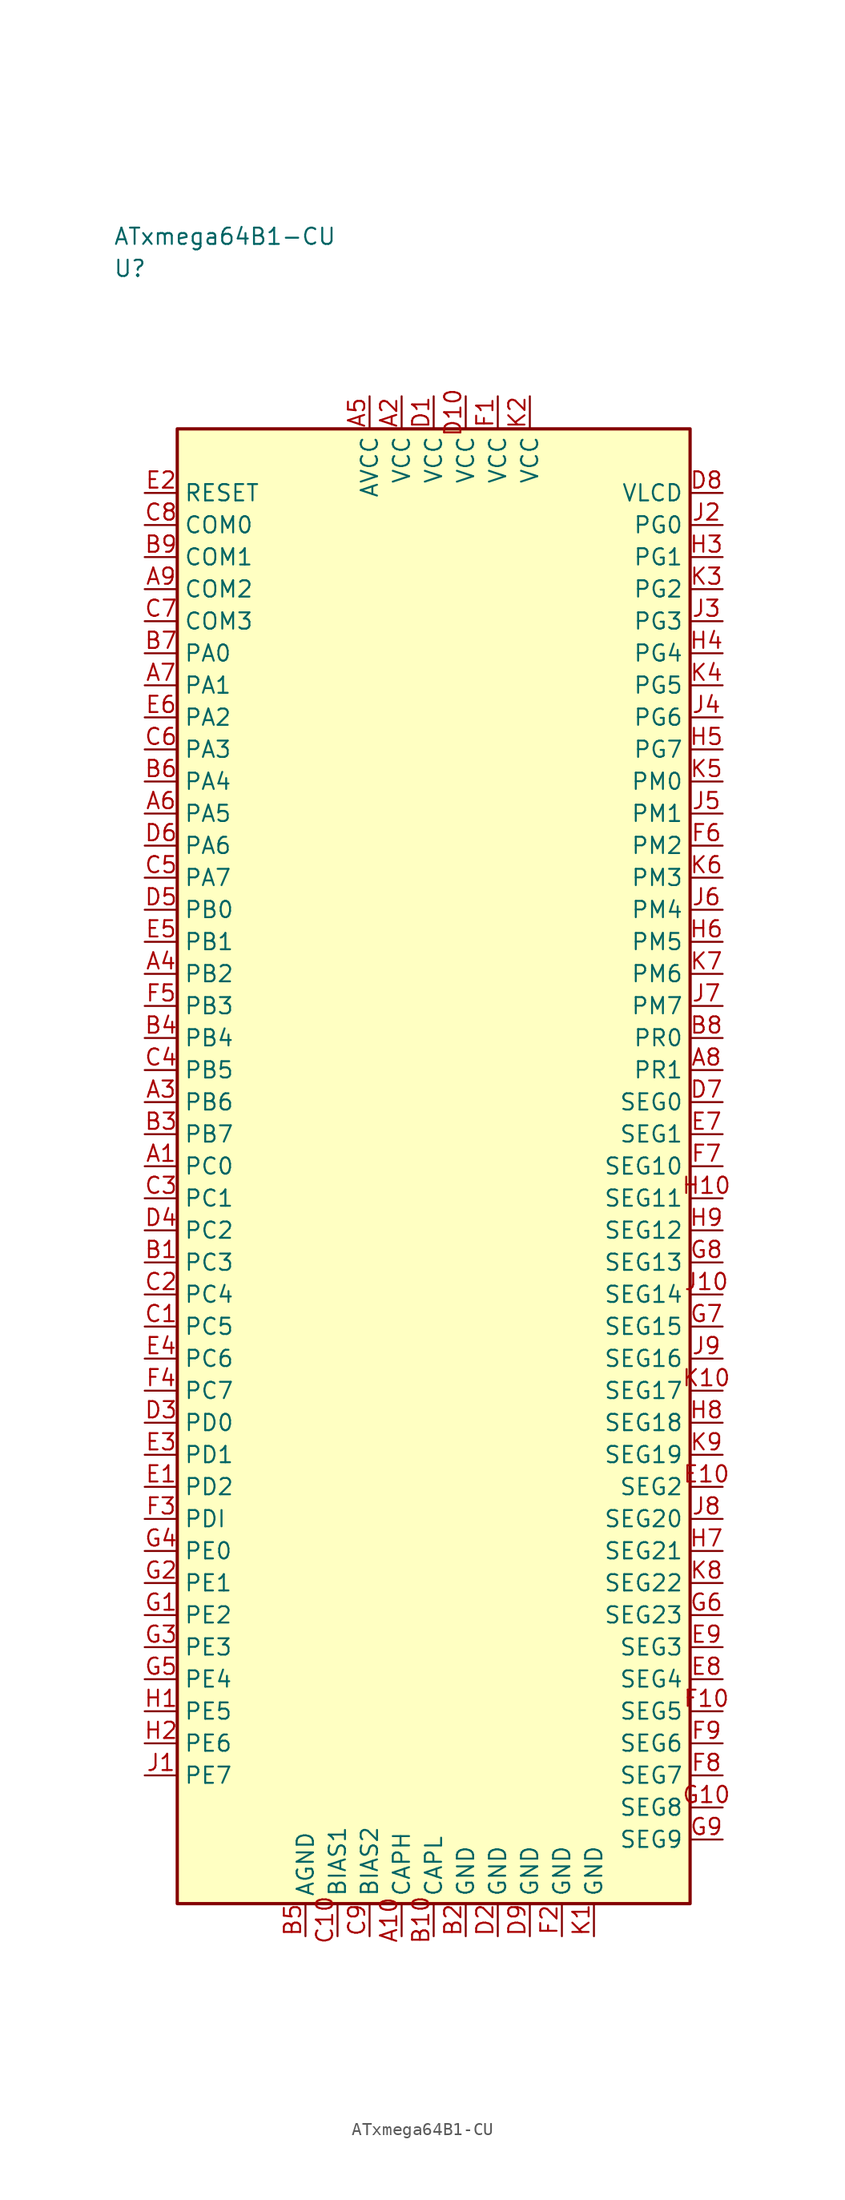
<source format=kicad_sym>
(kicad_symbol_lib
  (version 20241025)
  (generator "kicad_symbol_editor")
  (generator_version "8.0")
  (symbol "ATxmega64B1-CU"
    (property "Reference" "U"
      (at -25.0 70.0 0)
      (effects (font (size 1.27 1.27)) (justify left)))
    (property "Value" "ATxmega64B1-CU"
      (at -25.0 72.5 0)
      (effects (font (size 1.27 1.27)) (justify left)))
    (symbol "ATxmega64B1-CU_0_1"
      (rectangle (start -20.0 57.5) (end 20.0 -57.5) (stroke (width 0.254) (type default)) (fill (type background))))
    (symbol "ATxmega64B1-CU_1_1"
      (pin bidirectional line (at -22.54 0.0 0.0) (length 2.54) (name "PC0" (effects (font (size 1.27 1.27)))) (number "A1" (effects (font (size 1.27 1.27)))))
      (pin power_in line (at -2.5 60.04 270.0) (length 2.54) (name "VCC" (effects (font (size 1.27 1.27)))) (number "A2" (effects (font (size 1.27 1.27)))))
      (pin bidirectional line (at -22.54 5.0 0.0) (length 2.54) (name "PB6" (effects (font (size 1.27 1.27)))) (number "A3" (effects (font (size 1.27 1.27)))))
      (pin bidirectional line (at -22.54 15.0 0.0) (length 2.54) (name "PB2" (effects (font (size 1.27 1.27)))) (number "A4" (effects (font (size 1.27 1.27)))))
      (pin power_in line (at -5.0 60.04 270.0) (length 2.54) (name "AVCC" (effects (font (size 1.27 1.27)))) (number "A5" (effects (font (size 1.27 1.27)))))
      (pin bidirectional line (at -22.54 27.5 0.0) (length 2.54) (name "PA5" (effects (font (size 1.27 1.27)))) (number "A6" (effects (font (size 1.27 1.27)))))
      (pin bidirectional line (at -22.54 37.5 0.0) (length 2.54) (name "PA1" (effects (font (size 1.27 1.27)))) (number "A7" (effects (font (size 1.27 1.27)))))
      (pin bidirectional line (at 22.54 7.5 180.0) (length 2.54) (name "PR1" (effects (font (size 1.27 1.27)))) (number "A8" (effects (font (size 1.27 1.27)))))
      (pin bidirectional line (at -22.54 45.0 0.0) (length 2.54) (name "COM2" (effects (font (size 1.27 1.27)))) (number "A9" (effects (font (size 1.27 1.27)))))
      (pin passive line (at -2.5 -60.04 90.0) (length 2.54) (name "CAPH" (effects (font (size 1.27 1.27)))) (number "A10" (effects (font (size 1.27 1.27)))))
      (pin bidirectional line (at -22.54 -7.5 0.0) (length 2.54) (name "PC3" (effects (font (size 1.27 1.27)))) (number "B1" (effects (font (size 1.27 1.27)))))
      (pin passive line (at 2.5 -60.04 90.0) (length 2.54) (name "GND" (effects (font (size 1.27 1.27)))) (number "B2" (effects (font (size 1.27 1.27)))))
      (pin bidirectional line (at -22.54 2.5 0.0) (length 2.54) (name "PB7" (effects (font (size 1.27 1.27)))) (number "B3" (effects (font (size 1.27 1.27)))))
      (pin bidirectional line (at -22.54 10.0 0.0) (length 2.54) (name "PB4" (effects (font (size 1.27 1.27)))) (number "B4" (effects (font (size 1.27 1.27)))))
      (pin passive line (at -10.0 -60.04 90.0) (length 2.54) (name "AGND" (effects (font (size 1.27 1.27)))) (number "B5" (effects (font (size 1.27 1.27)))))
      (pin bidirectional line (at -22.54 30.0 0.0) (length 2.54) (name "PA4" (effects (font (size 1.27 1.27)))) (number "B6" (effects (font (size 1.27 1.27)))))
      (pin bidirectional line (at -22.54 40.0 0.0) (length 2.54) (name "PA0" (effects (font (size 1.27 1.27)))) (number "B7" (effects (font (size 1.27 1.27)))))
      (pin bidirectional line (at 22.54 10.0 180.0) (length 2.54) (name "PR0" (effects (font (size 1.27 1.27)))) (number "B8" (effects (font (size 1.27 1.27)))))
      (pin bidirectional line (at -22.54 47.5 0.0) (length 2.54) (name "COM1" (effects (font (size 1.27 1.27)))) (number "B9" (effects (font (size 1.27 1.27)))))
      (pin passive line (at 0.0 -60.04 90.0) (length 2.54) (name "CAPL" (effects (font (size 1.27 1.27)))) (number "B10" (effects (font (size 1.27 1.27)))))
      (pin bidirectional line (at -22.54 -12.5 0.0) (length 2.54) (name "PC5" (effects (font (size 1.27 1.27)))) (number "C1" (effects (font (size 1.27 1.27)))))
      (pin bidirectional line (at -22.54 -10.0 0.0) (length 2.54) (name "PC4" (effects (font (size 1.27 1.27)))) (number "C2" (effects (font (size 1.27 1.27)))))
      (pin bidirectional line (at -22.54 -2.5 0.0) (length 2.54) (name "PC1" (effects (font (size 1.27 1.27)))) (number "C3" (effects (font (size 1.27 1.27)))))
      (pin bidirectional line (at -22.54 7.5 0.0) (length 2.54) (name "PB5" (effects (font (size 1.27 1.27)))) (number "C4" (effects (font (size 1.27 1.27)))))
      (pin bidirectional line (at -22.54 22.5 0.0) (length 2.54) (name "PA7" (effects (font (size 1.27 1.27)))) (number "C5" (effects (font (size 1.27 1.27)))))
      (pin bidirectional line (at -22.54 32.5 0.0) (length 2.54) (name "PA3" (effects (font (size 1.27 1.27)))) (number "C6" (effects (font (size 1.27 1.27)))))
      (pin bidirectional line (at -22.54 42.5 0.0) (length 2.54) (name "COM3" (effects (font (size 1.27 1.27)))) (number "C7" (effects (font (size 1.27 1.27)))))
      (pin bidirectional line (at -22.54 50.0 0.0) (length 2.54) (name "COM0" (effects (font (size 1.27 1.27)))) (number "C8" (effects (font (size 1.27 1.27)))))
      (pin passive line (at -5.0 -60.04 90.0) (length 2.54) (name "BIAS2" (effects (font (size 1.27 1.27)))) (number "C9" (effects (font (size 1.27 1.27)))))
      (pin passive line (at -7.5 -60.04 90.0) (length 2.54) (name "BIAS1" (effects (font (size 1.27 1.27)))) (number "C10" (effects (font (size 1.27 1.27)))))
      (pin power_in line (at 0.0 60.04 270.0) (length 2.54) (name "VCC" (effects (font (size 1.27 1.27)))) (number "D1" (effects (font (size 1.27 1.27)))))
      (pin passive line (at 5.0 -60.04 90.0) (length 2.54) (name "GND" (effects (font (size 1.27 1.27)))) (number "D2" (effects (font (size 1.27 1.27)))))
      (pin bidirectional line (at -22.54 -20.0 0.0) (length 2.54) (name "PD0" (effects (font (size 1.27 1.27)))) (number "D3" (effects (font (size 1.27 1.27)))))
      (pin bidirectional line (at -22.54 -5.0 0.0) (length 2.54) (name "PC2" (effects (font (size 1.27 1.27)))) (number "D4" (effects (font (size 1.27 1.27)))))
      (pin bidirectional line (at -22.54 20.0 0.0) (length 2.54) (name "PB0" (effects (font (size 1.27 1.27)))) (number "D5" (effects (font (size 1.27 1.27)))))
      (pin bidirectional line (at -22.54 25.0 0.0) (length 2.54) (name "PA6" (effects (font (size 1.27 1.27)))) (number "D6" (effects (font (size 1.27 1.27)))))
      (pin bidirectional line (at 22.54 5.0 180.0) (length 2.54) (name "SEG0" (effects (font (size 1.27 1.27)))) (number "D7" (effects (font (size 1.27 1.27)))))
      (pin output line (at 22.54 52.5 180.0) (length 2.54) (name "VLCD" (effects (font (size 1.27 1.27)))) (number "D8" (effects (font (size 1.27 1.27)))))
      (pin passive line (at 7.5 -60.04 90.0) (length 2.54) (name "GND" (effects (font (size 1.27 1.27)))) (number "D9" (effects (font (size 1.27 1.27)))))
      (pin power_in line (at 2.5 60.04 270.0) (length 2.54) (name "VCC" (effects (font (size 1.27 1.27)))) (number "D10" (effects (font (size 1.27 1.27)))))
      (pin bidirectional line (at -22.54 -25.0 0.0) (length 2.54) (name "PD2" (effects (font (size 1.27 1.27)))) (number "E1" (effects (font (size 1.27 1.27)))))
      (pin input line (at -22.54 52.5 0.0) (length 2.54) (name "RESET" (effects (font (size 1.27 1.27)))) (number "E2" (effects (font (size 1.27 1.27)))))
      (pin bidirectional line (at -22.54 -22.5 0.0) (length 2.54) (name "PD1" (effects (font (size 1.27 1.27)))) (number "E3" (effects (font (size 1.27 1.27)))))
      (pin bidirectional line (at -22.54 -15.0 0.0) (length 2.54) (name "PC6" (effects (font (size 1.27 1.27)))) (number "E4" (effects (font (size 1.27 1.27)))))
      (pin bidirectional line (at -22.54 17.5 0.0) (length 2.54) (name "PB1" (effects (font (size 1.27 1.27)))) (number "E5" (effects (font (size 1.27 1.27)))))
      (pin bidirectional line (at -22.54 35.0 0.0) (length 2.54) (name "PA2" (effects (font (size 1.27 1.27)))) (number "E6" (effects (font (size 1.27 1.27)))))
      (pin bidirectional line (at 22.54 2.5 180.0) (length 2.54) (name "SEG1" (effects (font (size 1.27 1.27)))) (number "E7" (effects (font (size 1.27 1.27)))))
      (pin bidirectional line (at 22.54 -40.0 180.0) (length 2.54) (name "SEG4" (effects (font (size 1.27 1.27)))) (number "E8" (effects (font (size 1.27 1.27)))))
      (pin bidirectional line (at 22.54 -37.5 180.0) (length 2.54) (name "SEG3" (effects (font (size 1.27 1.27)))) (number "E9" (effects (font (size 1.27 1.27)))))
      (pin bidirectional line (at 22.54 -25.0 180.0) (length 2.54) (name "SEG2" (effects (font (size 1.27 1.27)))) (number "E10" (effects (font (size 1.27 1.27)))))
      (pin power_in line (at 5.0 60.04 270.0) (length 2.54) (name "VCC" (effects (font (size 1.27 1.27)))) (number "F1" (effects (font (size 1.27 1.27)))))
      (pin passive line (at 10.0 -60.04 90.0) (length 2.54) (name "GND" (effects (font (size 1.27 1.27)))) (number "F2" (effects (font (size 1.27 1.27)))))
      (pin bidirectional line (at -22.54 -27.5 0.0) (length 2.54) (name "PDI" (effects (font (size 1.27 1.27)))) (number "F3" (effects (font (size 1.27 1.27)))))
      (pin bidirectional line (at -22.54 -17.5 0.0) (length 2.54) (name "PC7" (effects (font (size 1.27 1.27)))) (number "F4" (effects (font (size 1.27 1.27)))))
      (pin bidirectional line (at -22.54 12.5 0.0) (length 2.54) (name "PB3" (effects (font (size 1.27 1.27)))) (number "F5" (effects (font (size 1.27 1.27)))))
      (pin bidirectional line (at 22.54 25.0 180.0) (length 2.54) (name "PM2" (effects (font (size 1.27 1.27)))) (number "F6" (effects (font (size 1.27 1.27)))))
      (pin bidirectional line (at 22.54 0.0 180.0) (length 2.54) (name "SEG10" (effects (font (size 1.27 1.27)))) (number "F7" (effects (font (size 1.27 1.27)))))
      (pin bidirectional line (at 22.54 -47.5 180.0) (length 2.54) (name "SEG7" (effects (font (size 1.27 1.27)))) (number "F8" (effects (font (size 1.27 1.27)))))
      (pin bidirectional line (at 22.54 -45.0 180.0) (length 2.54) (name "SEG6" (effects (font (size 1.27 1.27)))) (number "F9" (effects (font (size 1.27 1.27)))))
      (pin bidirectional line (at 22.54 -42.5 180.0) (length 2.54) (name "SEG5" (effects (font (size 1.27 1.27)))) (number "F10" (effects (font (size 1.27 1.27)))))
      (pin bidirectional line (at -22.54 -35.0 0.0) (length 2.54) (name "PE2" (effects (font (size 1.27 1.27)))) (number "G1" (effects (font (size 1.27 1.27)))))
      (pin bidirectional line (at -22.54 -32.5 0.0) (length 2.54) (name "PE1" (effects (font (size 1.27 1.27)))) (number "G2" (effects (font (size 1.27 1.27)))))
      (pin bidirectional line (at -22.54 -37.5 0.0) (length 2.54) (name "PE3" (effects (font (size 1.27 1.27)))) (number "G3" (effects (font (size 1.27 1.27)))))
      (pin bidirectional line (at -22.54 -30.0 0.0) (length 2.54) (name "PE0" (effects (font (size 1.27 1.27)))) (number "G4" (effects (font (size 1.27 1.27)))))
      (pin bidirectional line (at -22.54 -40.0 0.0) (length 2.54) (name "PE4" (effects (font (size 1.27 1.27)))) (number "G5" (effects (font (size 1.27 1.27)))))
      (pin bidirectional line (at 22.54 -35.0 180.0) (length 2.54) (name "SEG23" (effects (font (size 1.27 1.27)))) (number "G6" (effects (font (size 1.27 1.27)))))
      (pin bidirectional line (at 22.54 -12.5 180.0) (length 2.54) (name "SEG15" (effects (font (size 1.27 1.27)))) (number "G7" (effects (font (size 1.27 1.27)))))
      (pin bidirectional line (at 22.54 -7.5 180.0) (length 2.54) (name "SEG13" (effects (font (size 1.27 1.27)))) (number "G8" (effects (font (size 1.27 1.27)))))
      (pin bidirectional line (at 22.54 -52.5 180.0) (length 2.54) (name "SEG9" (effects (font (size 1.27 1.27)))) (number "G9" (effects (font (size 1.27 1.27)))))
      (pin bidirectional line (at 22.54 -50.0 180.0) (length 2.54) (name "SEG8" (effects (font (size 1.27 1.27)))) (number "G10" (effects (font (size 1.27 1.27)))))
      (pin bidirectional line (at -22.54 -42.5 0.0) (length 2.54) (name "PE5" (effects (font (size 1.27 1.27)))) (number "H1" (effects (font (size 1.27 1.27)))))
      (pin bidirectional line (at -22.54 -45.0 0.0) (length 2.54) (name "PE6" (effects (font (size 1.27 1.27)))) (number "H2" (effects (font (size 1.27 1.27)))))
      (pin bidirectional line (at 22.54 47.5 180.0) (length 2.54) (name "PG1" (effects (font (size 1.27 1.27)))) (number "H3" (effects (font (size 1.27 1.27)))))
      (pin bidirectional line (at 22.54 40.0 180.0) (length 2.54) (name "PG4" (effects (font (size 1.27 1.27)))) (number "H4" (effects (font (size 1.27 1.27)))))
      (pin bidirectional line (at 22.54 32.5 180.0) (length 2.54) (name "PG7" (effects (font (size 1.27 1.27)))) (number "H5" (effects (font (size 1.27 1.27)))))
      (pin bidirectional line (at 22.54 17.5 180.0) (length 2.54) (name "PM5" (effects (font (size 1.27 1.27)))) (number "H6" (effects (font (size 1.27 1.27)))))
      (pin bidirectional line (at 22.54 -30.0 180.0) (length 2.54) (name "SEG21" (effects (font (size 1.27 1.27)))) (number "H7" (effects (font (size 1.27 1.27)))))
      (pin bidirectional line (at 22.54 -20.0 180.0) (length 2.54) (name "SEG18" (effects (font (size 1.27 1.27)))) (number "H8" (effects (font (size 1.27 1.27)))))
      (pin bidirectional line (at 22.54 -5.0 180.0) (length 2.54) (name "SEG12" (effects (font (size 1.27 1.27)))) (number "H9" (effects (font (size 1.27 1.27)))))
      (pin bidirectional line (at 22.54 -2.5 180.0) (length 2.54) (name "SEG11" (effects (font (size 1.27 1.27)))) (number "H10" (effects (font (size 1.27 1.27)))))
      (pin bidirectional line (at -22.54 -47.5 0.0) (length 2.54) (name "PE7" (effects (font (size 1.27 1.27)))) (number "J1" (effects (font (size 1.27 1.27)))))
      (pin bidirectional line (at 22.54 50.0 180.0) (length 2.54) (name "PG0" (effects (font (size 1.27 1.27)))) (number "J2" (effects (font (size 1.27 1.27)))))
      (pin bidirectional line (at 22.54 42.5 180.0) (length 2.54) (name "PG3" (effects (font (size 1.27 1.27)))) (number "J3" (effects (font (size 1.27 1.27)))))
      (pin bidirectional line (at 22.54 35.0 180.0) (length 2.54) (name "PG6" (effects (font (size 1.27 1.27)))) (number "J4" (effects (font (size 1.27 1.27)))))
      (pin bidirectional line (at 22.54 27.5 180.0) (length 2.54) (name "PM1" (effects (font (size 1.27 1.27)))) (number "J5" (effects (font (size 1.27 1.27)))))
      (pin bidirectional line (at 22.54 20.0 180.0) (length 2.54) (name "PM4" (effects (font (size 1.27 1.27)))) (number "J6" (effects (font (size 1.27 1.27)))))
      (pin bidirectional line (at 22.54 12.5 180.0) (length 2.54) (name "PM7" (effects (font (size 1.27 1.27)))) (number "J7" (effects (font (size 1.27 1.27)))))
      (pin bidirectional line (at 22.54 -27.5 180.0) (length 2.54) (name "SEG20" (effects (font (size 1.27 1.27)))) (number "J8" (effects (font (size 1.27 1.27)))))
      (pin bidirectional line (at 22.54 -15.0 180.0) (length 2.54) (name "SEG16" (effects (font (size 1.27 1.27)))) (number "J9" (effects (font (size 1.27 1.27)))))
      (pin bidirectional line (at 22.54 -10.0 180.0) (length 2.54) (name "SEG14" (effects (font (size 1.27 1.27)))) (number "J10" (effects (font (size 1.27 1.27)))))
      (pin passive line (at 12.5 -60.04 90.0) (length 2.54) (name "GND" (effects (font (size 1.27 1.27)))) (number "K1" (effects (font (size 1.27 1.27)))))
      (pin power_in line (at 7.5 60.04 270.0) (length 2.54) (name "VCC" (effects (font (size 1.27 1.27)))) (number "K2" (effects (font (size 1.27 1.27)))))
      (pin bidirectional line (at 22.54 45.0 180.0) (length 2.54) (name "PG2" (effects (font (size 1.27 1.27)))) (number "K3" (effects (font (size 1.27 1.27)))))
      (pin bidirectional line (at 22.54 37.5 180.0) (length 2.54) (name "PG5" (effects (font (size 1.27 1.27)))) (number "K4" (effects (font (size 1.27 1.27)))))
      (pin bidirectional line (at 22.54 30.0 180.0) (length 2.54) (name "PM0" (effects (font (size 1.27 1.27)))) (number "K5" (effects (font (size 1.27 1.27)))))
      (pin bidirectional line (at 22.54 22.5 180.0) (length 2.54) (name "PM3" (effects (font (size 1.27 1.27)))) (number "K6" (effects (font (size 1.27 1.27)))))
      (pin bidirectional line (at 22.54 15.0 180.0) (length 2.54) (name "PM6" (effects (font (size 1.27 1.27)))) (number "K7" (effects (font (size 1.27 1.27)))))
      (pin bidirectional line (at 22.54 -32.5 180.0) (length 2.54) (name "SEG22" (effects (font (size 1.27 1.27)))) (number "K8" (effects (font (size 1.27 1.27)))))
      (pin bidirectional line (at 22.54 -22.5 180.0) (length 2.54) (name "SEG19" (effects (font (size 1.27 1.27)))) (number "K9" (effects (font (size 1.27 1.27)))))
      (pin bidirectional line (at 22.54 -17.5 180.0) (length 2.54) (name "SEG17" (effects (font (size 1.27 1.27)))) (number "K10" (effects (font (size 1.27 1.27))))))))
</source>
